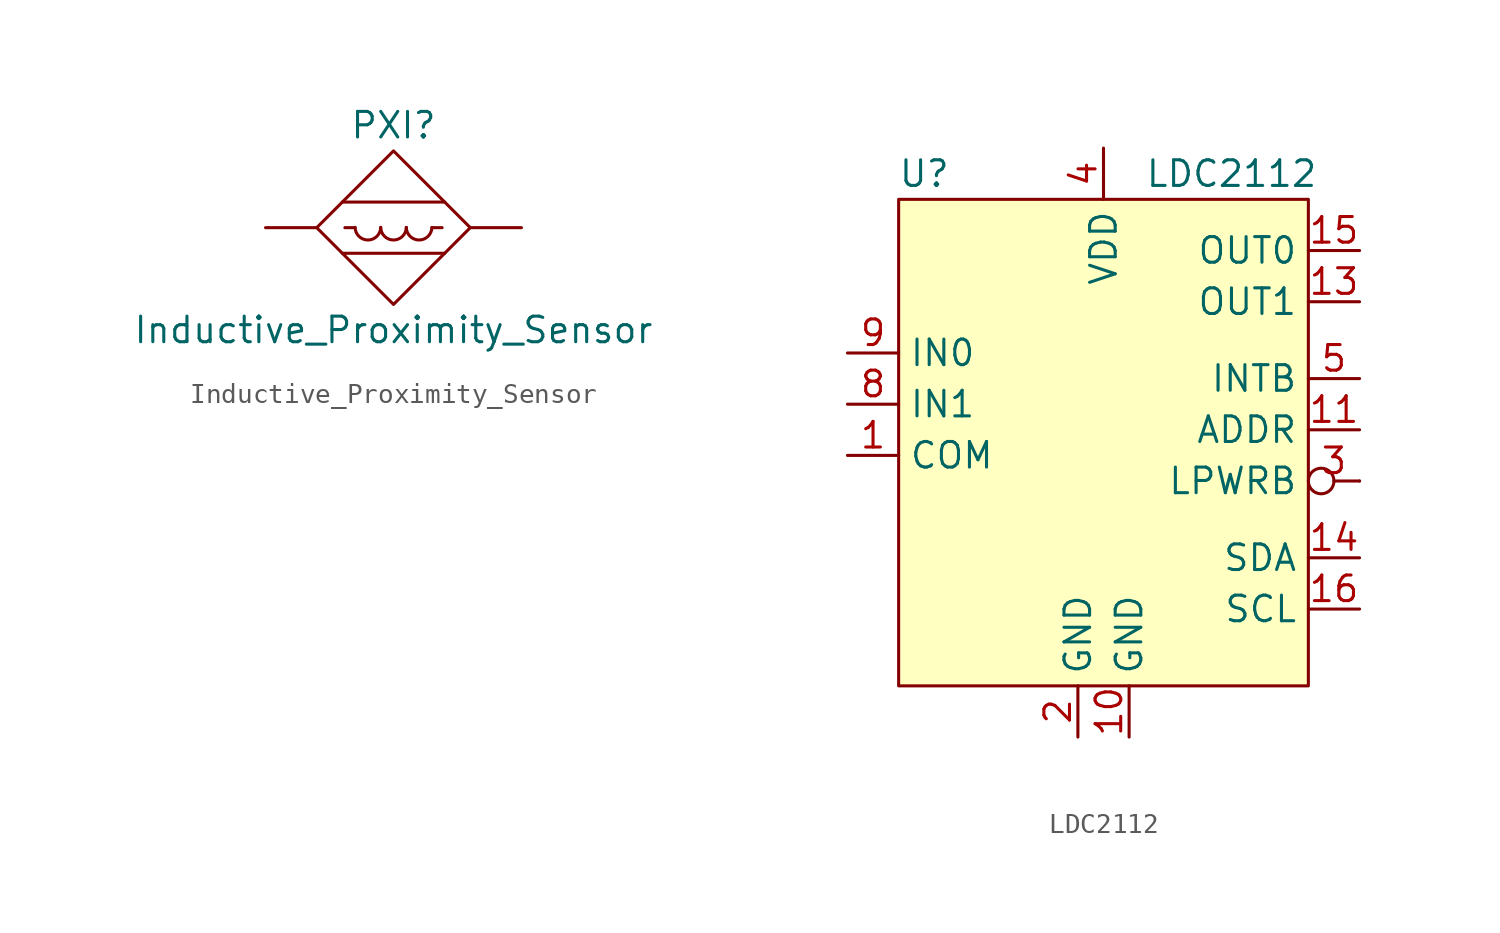
<source format=kicad_sym>
(kicad_symbol_lib
  (version 20211014)
  (generator kicad_symbol_editor)
  (symbol "Sensor_Proximity_Goodies:Inductive_Proximity_Sensor"
    (pin_numbers hide)
    (pin_names hide)
    (property "Reference" "PXI"
      (at 0 5.08 0)
      (effects (font (size 1.27 1.27))))
    (property "Value" "Inductive_Proximity_Sensor"
      (at 0 -5.08 0)
      (effects (font (size 1.27 1.27))))
    (symbol "Inductive_Proximity_Sensor_0_1"
      (arc (start -1.905 0.0113) (mid -1.27 -0.6351) (end -0.635 0.0113) (stroke (width 0.1524) (type default) (color 0 0 0 0)) (fill (type none)))
      (arc (start -0.635 0.0113) (mid 0 -0.6351) (end 0.635 0.0113) (stroke (width 0.1524) (type default) (color 0 0 0 0)) (fill (type none)))
      (polyline (pts (xy -2.54 -1.27) (xy 2.54 -1.27)) (stroke (width 0.152) (type default) (color 0 0 0 0)) (fill (type none)))
      (polyline (pts (xy -2.54 1.27) (xy 2.54 1.27)) (stroke (width 0.152) (type default) (color 0 0 0 0)) (fill (type none)))
      (polyline (pts (xy -2.413 0) (xy -1.905 0)) (stroke (width 0.152) (type default) (color 0 0 0 0)) (fill (type none)))
      (polyline (pts (xy 1.905 0) (xy 2.413 0)) (stroke (width 0.152) (type default) (color 0 0 0 0)) (fill (type none)))
      (polyline (pts (xy -3.81 0) (xy 0 3.81) (xy 3.81 0) (xy 0 -3.81) (xy -3.81 0)) (stroke (width 0.152) (type default) (color 0 0 0 0)) (fill (type none)))
      (arc (start 0.635 0.0113) (mid 1.27 -0.6351) (end 1.905 0.0113) (stroke (width 0.1524) (type default) (color 0 0 0 0)) (fill (type none))))
    (symbol "Inductive_Proximity_Sensor_1_1"
      (pin passive line (at -6.35 0 0) (length 2.54) (name "1" (effects (font (size 1.27 1.27)))) (number "1" (effects (font (size 1.27 1.27)))))
      (pin passive line (at 6.35 0 180) (length 2.54) (name "2" (effects (font (size 1.27 1.27)))) (number "2" (effects (font (size 1.27 1.27)))))))
  (symbol "Sensor_Proximity_Goodies:LDC2112"
    (property "Reference" "U"
      (at -8.89 11.43 0)
      (effects (font (size 1.27 1.27))))
    (property "Value" "LDC2112"
      (at 6.35 11.43 0)
      (effects (font (size 1.27 1.27))))
    (symbol "LDC2112_0_1"
      (rectangle (start -10.16 10.16) (end 10.16 -13.97) (stroke (width 0.152) (type default) (color 0 0 0 0)) (fill (type background)))
      (rectangle (start 12.7 -3.81) (end 12.7 -3.81) (stroke (width 0.152) (type default) (color 0 0 0 0)) (fill (type none))))
    (symbol "LDC2112_1_1"
      (pin input line (at -12.7 -2.54 0) (length 2.54) (name "COM" (effects (font (size 1.27 1.27)))) (number "1" (effects (font (size 1.27 1.27)))))
      (pin power_in line (at 1.27 -16.51 90) (length 2.54) (name "GND" (effects (font (size 1.27 1.27)))) (number "10" (effects (font (size 1.27 1.27)))))
      (pin input line (at 12.7 -1.27 180) (length 2.54) (name "ADDR" (effects (font (size 1.27 1.27)))) (number "11" (effects (font (size 1.27 1.27)))))
      (pin output line (at 12.7 5.08 180) (length 2.54) (name "OUT1" (effects (font (size 1.27 1.27)))) (number "13" (effects (font (size 1.27 1.27)))))
      (pin bidirectional line (at 12.7 -7.62 180) (length 2.54) (name "SDA" (effects (font (size 1.27 1.27)))) (number "14" (effects (font (size 1.27 1.27)))))
      (pin output line (at 12.7 7.62 180) (length 2.54) (name "OUT0" (effects (font (size 1.27 1.27)))) (number "15" (effects (font (size 1.27 1.27)))))
      (pin input line (at 12.7 -10.16 180) (length 2.54) (name "SCL" (effects (font (size 1.27 1.27)))) (number "16" (effects (font (size 1.27 1.27)))))
      (pin power_in line (at -1.27 -16.51 90) (length 2.54) (name "GND" (effects (font (size 1.27 1.27)))) (number "2" (effects (font (size 1.27 1.27)))))
      (pin input inverted (at 12.7 -3.81 180) (length 2.54) (name "LPWRB" (effects (font (size 1.27 1.27)))) (number "3" (effects (font (size 1.27 1.27)))))
      (pin power_in line (at 0 12.7 270) (length 2.54) (name "VDD" (effects (font (size 1.27 1.27)))) (number "4" (effects (font (size 1.27 1.27)))))
      (pin output line (at 12.7 1.27 180) (length 2.54) (name "INTB" (effects (font (size 1.27 1.27)))) (number "5" (effects (font (size 1.27 1.27)))))
      (pin input line (at -12.7 0 0) (length 2.54) (name "IN1" (effects (font (size 1.27 1.27)))) (number "8" (effects (font (size 1.27 1.27)))))
      (pin input line (at -12.7 2.54 0) (length 2.54) (name "IN0" (effects (font (size 1.27 1.27)))) (number "9" (effects (font (size 1.27 1.27))))))))
</source>
